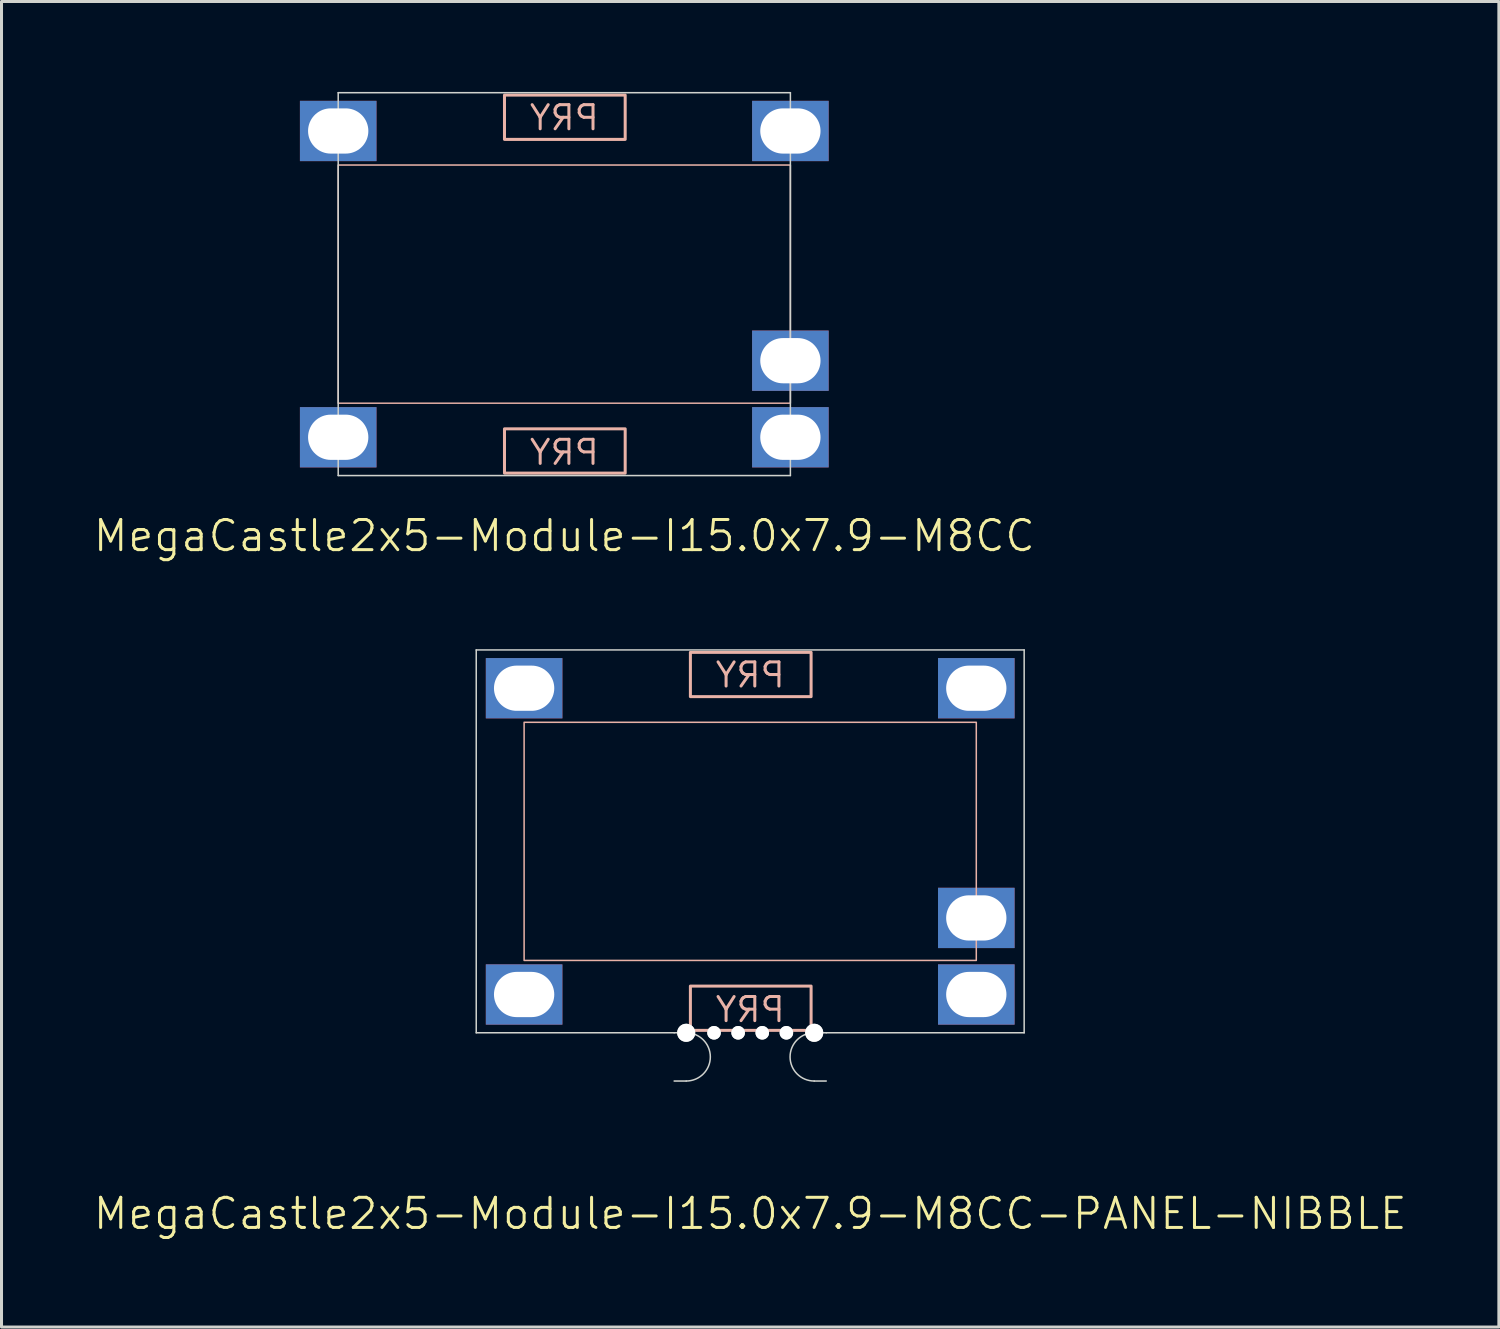
<source format=kicad_pcb>
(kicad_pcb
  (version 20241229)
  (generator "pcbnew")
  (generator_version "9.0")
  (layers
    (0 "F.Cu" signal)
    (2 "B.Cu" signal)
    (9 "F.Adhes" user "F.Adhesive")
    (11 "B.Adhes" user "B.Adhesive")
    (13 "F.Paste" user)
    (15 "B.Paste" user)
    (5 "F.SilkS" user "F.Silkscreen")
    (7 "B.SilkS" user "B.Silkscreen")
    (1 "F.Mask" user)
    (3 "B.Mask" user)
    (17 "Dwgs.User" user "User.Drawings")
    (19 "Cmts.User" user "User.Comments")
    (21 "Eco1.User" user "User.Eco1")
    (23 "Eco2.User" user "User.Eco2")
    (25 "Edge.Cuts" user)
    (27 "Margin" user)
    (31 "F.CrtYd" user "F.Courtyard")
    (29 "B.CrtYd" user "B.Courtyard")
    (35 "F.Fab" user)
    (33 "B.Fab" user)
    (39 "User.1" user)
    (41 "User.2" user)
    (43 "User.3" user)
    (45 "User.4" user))
  (footprint "MegaCastle2x5-Module-I15.0x7.9-M8CC"
    (layer "F.Cu")
    (at 15.669 6.375)
    (property "Reference" "MegaCastle2x5-Module-I15.0x7.9-M8CC" (at 0 8.35 0) (unlocked yes) (layer "F.SilkS") (effects (font (size 1 1) (thickness 0.1))))
    (attr smd)
    (fp_rect (start -7.5 3.95) (end 7.5 -3.95) (stroke (width 0.05) (type default)) (fill no) (layer "B.SilkS"))
    (fp_rect (start -1.984 -4.801) (end 2.02 -6.27) (stroke (width 0.1) (type default)) (fill no) (layer "B.SilkS"))
    (fp_rect (start -1.984 4.801) (end 2.02 6.27) (stroke (width 0.1) (type default)) (fill no) (layer "B.SilkS"))
    (fp_line (start -7.5 -6.35) (end -7.5 6.35) (stroke (width 0.05) (type default)) (layer "Edge.Cuts"))
    (fp_line (start -7.5 -6.35) (end 7.5 -6.35) (stroke (width 0.05) (type default)) (layer "Edge.Cuts"))
    (fp_line (start -7.5 6.35) (end 7.5 6.35) (stroke (width 0.05) (type default)) (layer "Edge.Cuts"))
    (fp_line (start 7.5 -6.35) (end 7.5 6.35) (stroke (width 0.05) (type default)) (layer "Edge.Cuts"))
    (fp_text user "PRY" (at 0 6.05 0) (unlocked yes) (layer "B.SilkS") (effects (font (size 0.8 0.8) (thickness 0.1)) (justify bottom mirror)))
    (fp_text user "PRY" (at 0 -5.05 0) (unlocked yes) (layer "B.SilkS") (effects (font (size 0.8 0.8) (thickness 0.1)) (justify bottom mirror)))
    (pad "1" thru_hole rect (at -7.5 -5.08) (size 2.54 2) (drill oval 2 1.5) (property pad_prop_castellated) (layers "*.Cu" "*.Mask"))
    (pad "5" thru_hole rect (at -7.5 5.08) (size 2.54 2) (drill oval 2 1.5) (property pad_prop_castellated) (layers "*.Cu" "*.Mask"))
    (pad "6" thru_hole rect (at 7.5 -5.08) (size 2.54 2) (drill oval 2 1.5) (property pad_prop_castellated) (layers "*.Cu" "*.Mask"))
    (pad "9" thru_hole rect (at 7.5 2.54) (size 2.54 2) (drill oval 2 1.5) (property pad_prop_castellated) (layers "*.Cu" "*.Mask"))
    (pad "10" thru_hole rect (at 7.5 5.08) (size 2.54 2) (drill oval 2 1.5) (property pad_prop_castellated) (layers "*.Cu" "*.Mask"))
    (zone (net_name "") (layer "B.Cu") (hatch edge 0.5) (connect_pads) (min_thickness 0.25) (filled_areas_thickness no) (keepout (tracks allowed) (vias allowed) (pads allowed) (copperpour allowed) (footprints not_allowed)) (placement (enabled no)) (fill) (polygon (pts (xy 8.169 12.725) (xy 8.169 0.025))))
    (zone (net_name "") (layer "B.Cu") (hatch edge 0.5) (connect_pads) (min_thickness 0.25) (filled_areas_thickness no) (keepout (tracks allowed) (vias allowed) (pads allowed) (copperpour allowed) (footprints not_allowed)) (placement (enabled no)) (fill) (polygon (pts (xy 23.169 12.725) (xy 23.169 0.025))))
    (zone (net_name "") (layer "B.Cu") (hatch edge 0.5) (connect_pads) (min_thickness 0.25) (filled_areas_thickness no) (keepout (tracks allowed) (vias allowed) (pads allowed) (copperpour allowed) (footprints not_allowed)) (placement (enabled no)) (fill) (polygon (pts (xy 8.169 0.025) (xy 8.169 2.425) (xy 23.169 2.425) (xy 23.169 0.025))))
    (zone (net_name "") (layer "B.Cu") (hatch edge 0.5) (connect_pads) (min_thickness 0.25) (filled_areas_thickness no) (keepout (tracks allowed) (vias allowed) (pads allowed) (copperpour allowed) (footprints not_allowed)) (placement (enabled no)) (fill) (polygon (pts (xy 8.169 12.725) (xy 8.169 10.325) (xy 23.169 10.325) (xy 23.169 12.725))))
    (zone (net_name "") (layer "B.Cu") (name "Upper Pry Zone") (hatch edge 0.5) (connect_pads) (min_thickness 0.25) (filled_areas_thickness no) (keepout (tracks not_allowed) (vias not_allowed) (pads not_allowed) (copperpour allowed) (footprints not_allowed)) (placement (enabled no)) (fill) (polygon (pts (xy 13.685 1.574) (xy 13.685 0.105) (xy 17.689 0.105) (xy 17.689 1.574))))
    (zone (net_name "") (layer "B.Cu") (name "Upper Pry Zone") (hatch edge 0.5) (connect_pads) (min_thickness 0.25) (filled_areas_thickness no) (keepout (tracks not_allowed) (vias not_allowed) (pads not_allowed) (copperpour allowed) (footprints not_allowed)) (placement (enabled no)) (fill) (polygon (pts (xy 13.685 11.176) (xy 13.685 12.645) (xy 17.689 12.645) (xy 17.689 11.176)))))
  (footprint "MegaCastle2x5-Module-I15.0x7.9-M8CC-PANEL-NIBBLE"
    (layer "F.Cu")
    (at 21.836 24.86)
    (property "Reference" "MegaCastle2x5-Module-I15.0x7.9-M8CC-PANEL-NIBBLE" (at 0 12.35 0) (unlocked yes) (layer "F.SilkS") (effects (font (size 1 1) (thickness 0.1))))
    (attr smd)
    (fp_rect (start -7.5 3.95) (end 7.5 -3.95) (stroke (width 0.05) (type default)) (fill no) (layer "B.SilkS"))
    (fp_rect (start -1.984 -4.801) (end 2.02 -6.27) (stroke (width 0.1) (type default)) (fill no) (layer "B.SilkS"))
    (fp_rect (start -1.984 4.801) (end 2.02 6.27) (stroke (width 0.1) (type default)) (fill no) (layer "B.SilkS"))
    (fp_line (start -9.088 -6.35) (end -9.088 6.35) (stroke (width 0.05) (type default)) (layer "Edge.Cuts"))
    (fp_line (start -9.088 -6.35) (end 9.088 -6.35) (stroke (width 0.05) (type default)) (layer "Edge.Cuts"))
    (fp_line (start -9.088 6.35) (end -2.522 6.35) (stroke (width 0.05) (type default)) (layer "Edge.Cuts"))
    (fp_line (start -2.522 6.35) (end -2.123 6.35) (stroke (width 0.05) (type default)) (layer "Edge.Cuts"))
    (fp_line (start -2.522 7.95) (end -2.123 7.95) (stroke (width 0.05) (type default)) (layer "Edge.Cuts"))
    (fp_line (start 2.522 6.35) (end 2.123 6.35) (stroke (width 0.05) (type default)) (layer "Edge.Cuts"))
    (fp_line (start 2.522 6.35) (end 9.088 6.35) (stroke (width 0.05) (type default)) (layer "Edge.Cuts"))
    (fp_line (start 2.522 7.95) (end 2.123 7.95) (stroke (width 0.05) (type default)) (layer "Edge.Cuts"))
    (fp_line (start 9.088 -6.35) (end 9.088 6.35) (stroke (width 0.05) (type default)) (layer "Edge.Cuts"))
    (fp_arc (start -2.1225 6.35) (mid -1.3225 7.15) (end -2.1225 7.95) (stroke (width 0.05) (type default)) (layer "Edge.Cuts"))
    (fp_arc (start 2.1225 7.95) (mid 1.3225 7.15) (end 2.1225 6.35) (stroke (width 0.05) (type default)) (layer "Edge.Cuts"))
    (fp_text user "PRY" (at 0 -5.05 0) (unlocked yes) (layer "B.SilkS") (effects (font (size 0.8 0.8) (thickness 0.1)) (justify bottom mirror)))
    (fp_text user "PRY" (at 0 6.05 0) (unlocked yes) (layer "B.SilkS") (effects (font (size 0.8 0.8) (thickness 0.1)) (justify bottom mirror)))
    (pad "" np_thru_hole circle (at -2.123 6.35) (size 0.6 0.6) (drill 0.6) (layers "*.Cu" "Edge.Cuts"))
    (pad "" np_thru_hole circle (at -1.2 6.35) (size 0.45 0.45) (drill 0.45) (layers "*.Cu" "Edge.Cuts"))
    (pad "" np_thru_hole circle (at -0.4 6.35) (size 0.45 0.45) (drill 0.45) (layers "*.Cu" "Edge.Cuts"))
    (pad "" np_thru_hole circle (at 0.4 6.35) (size 0.45 0.45) (drill 0.45) (layers "*.Cu" "Edge.Cuts"))
    (pad "" np_thru_hole circle (at 1.2 6.35) (size 0.45 0.45) (drill 0.45) (layers "*.Cu" "Edge.Cuts"))
    (pad "" np_thru_hole circle (at 2.123 6.35) (size 0.6 0.6) (drill 0.6) (layers "*.Cu" "Edge.Cuts"))
    (pad "1" thru_hole rect (at -7.5 -5.08) (size 2.54 2) (drill oval 2 1.5) (property pad_prop_castellated) (layers "*.Cu" "*.Mask"))
    (pad "5" thru_hole rect (at -7.5 5.08) (size 2.54 2) (drill oval 2 1.5) (property pad_prop_castellated) (layers "*.Cu" "*.Mask"))
    (pad "6" thru_hole rect (at 7.5 -5.08) (size 2.54 2) (drill oval 2 1.5) (property pad_prop_castellated) (layers "*.Cu" "*.Mask"))
    (pad "9" thru_hole rect (at 7.5 2.54) (size 2.54 2) (drill oval 2 1.5) (property pad_prop_castellated) (layers "*.Cu" "*.Mask"))
    (pad "10" thru_hole rect (at 7.5 5.08) (size 2.54 2) (drill oval 2 1.5) (property pad_prop_castellated) (layers "*.Cu" "*.Mask"))
    (zone (net_name "") (layer "B.Cu") (hatch edge 0.5) (connect_pads) (min_thickness 0.25) (filled_areas_thickness no) (keepout (tracks allowed) (vias allowed) (pads allowed) (copperpour allowed) (footprints not_allowed)) (placement (enabled no)) (fill) (polygon (pts (xy 14.336 31.21) (xy 14.336 18.511))))
    (zone (net_name "") (layer "B.Cu") (hatch edge 0.5) (connect_pads) (min_thickness 0.25) (filled_areas_thickness no) (keepout (tracks allowed) (vias allowed) (pads allowed) (copperpour allowed) (footprints not_allowed)) (placement (enabled no)) (fill) (polygon (pts (xy 29.336 31.21) (xy 29.336 18.511))))
    (zone (net_name "") (layer "B.Cu") (hatch edge 0.5) (connect_pads) (min_thickness 0.25) (filled_areas_thickness no) (keepout (tracks allowed) (vias allowed) (pads allowed) (copperpour allowed) (footprints not_allowed)) (placement (enabled no)) (fill) (polygon (pts (xy 14.336 18.511) (xy 14.336 20.91) (xy 29.336 20.91) (xy 29.336 18.511))))
    (zone (net_name "") (layer "B.Cu") (hatch edge 0.5) (connect_pads) (min_thickness 0.25) (filled_areas_thickness no) (keepout (tracks allowed) (vias allowed) (pads allowed) (copperpour allowed) (footprints not_allowed)) (placement (enabled no)) (fill) (polygon (pts (xy 14.336 31.21) (xy 14.336 28.811) (xy 29.336 28.811) (xy 29.336 31.21))))
    (zone (net_name "") (layer "B.Cu") (name "Upper Pry Zone") (hatch edge 0.5) (connect_pads) (min_thickness 0.25) (filled_areas_thickness no) (keepout (tracks not_allowed) (vias not_allowed) (pads not_allowed) (copperpour allowed) (footprints not_allowed)) (placement (enabled no)) (fill) (polygon (pts (xy 19.851 20.059) (xy 19.851 18.59) (xy 23.855 18.59) (xy 23.855 20.059))))
    (zone (net_name "") (layer "B.Cu") (name "Upper Pry Zone") (hatch edge 0.5) (connect_pads) (min_thickness 0.25) (filled_areas_thickness no) (keepout (tracks not_allowed) (vias not_allowed) (pads not_allowed) (copperpour allowed) (footprints not_allowed)) (placement (enabled no)) (fill) (polygon (pts (xy 19.851 29.662) (xy 19.851 31.131) (xy 23.855 31.131) (xy 23.855 29.662)))))
  (gr_rect
    (start -3 -3)
    (end 46.671 40.971)
    (stroke (width 0.1) (type default))
    (fill no)
    (layer "Edge.Cuts")))
</source>
